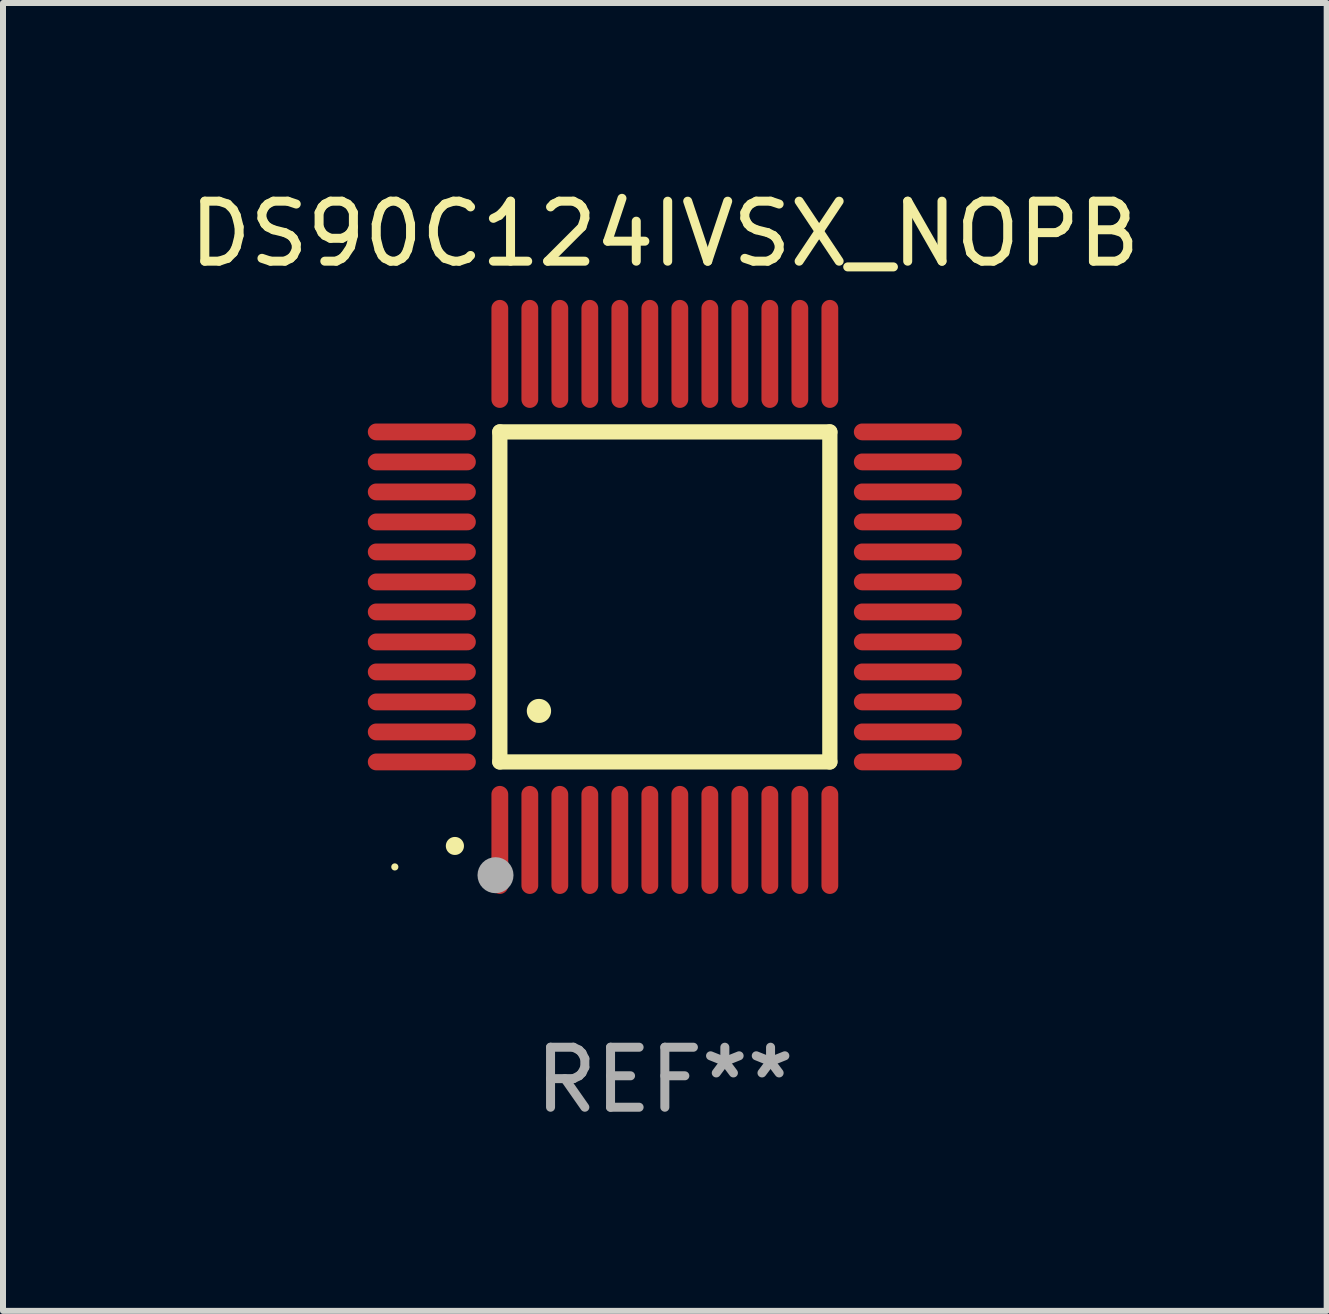
<source format=kicad_pcb>
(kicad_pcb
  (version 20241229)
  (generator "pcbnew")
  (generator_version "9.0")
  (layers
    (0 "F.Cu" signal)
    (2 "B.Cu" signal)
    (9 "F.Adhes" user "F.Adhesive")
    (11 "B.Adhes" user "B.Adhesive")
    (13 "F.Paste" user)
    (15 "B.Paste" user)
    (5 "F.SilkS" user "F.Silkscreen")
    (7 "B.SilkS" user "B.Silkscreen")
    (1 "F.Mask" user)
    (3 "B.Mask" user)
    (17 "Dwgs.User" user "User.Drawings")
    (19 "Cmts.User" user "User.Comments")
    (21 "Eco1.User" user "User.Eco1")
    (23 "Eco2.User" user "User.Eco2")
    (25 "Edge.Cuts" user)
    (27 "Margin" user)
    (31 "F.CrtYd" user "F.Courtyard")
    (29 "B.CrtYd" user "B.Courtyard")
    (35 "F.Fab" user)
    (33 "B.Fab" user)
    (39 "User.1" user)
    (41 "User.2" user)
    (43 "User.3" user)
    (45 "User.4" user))
  (footprint "DS90C124IVSX_NOPB"
    (layer "F.Cu")
    (at 8.03 6.898)
    (property "Reference" "DS90C124IVSX_NOPB" (at 0 -6.05 0) (layer "F.SilkS") (effects (font (size 1 1) (thickness 0.15))))
    (attr through_hole)
    (fp_line (start -2.75 -2.75) (end 2.75 -2.75) (stroke (width 0.254) (type solid)) (layer "F.SilkS"))
    (fp_line (start -2.75 2.75) (end -2.75 -2.75) (stroke (width 0.254) (type solid)) (layer "F.SilkS"))
    (fp_line (start 2.75 -2.75) (end 2.75 2.75) (stroke (width 0.254) (type solid)) (layer "F.SilkS"))
    (fp_line (start 2.75 2.75) (end -2.75 2.75) (stroke (width 0.254) (type solid)) (layer "F.SilkS"))
    (fp_arc (start -3.500127 4.150368) (mid -3.498857 4.150363) (end -3.497587 4.150368) (stroke (width 0.3) (type solid)) (layer "F.SilkS"))
    (fp_arc (start -2.100584 1.899924) (mid -2.098044 1.899908) (end -2.095504 1.899924) (stroke (width 0.4) (type solid)) (layer "F.SilkS"))
    (fp_circle (center -4.5 4.5) (end -4.47 4.5) (stroke (width 0.06) (type solid)) (fill no) (layer "F.SilkS"))
    (fp_circle (center -2.822 4.638) (end -2.672 4.638) (stroke (width 0.3) (type solid)) (fill no) (layer "F.Fab"))
    (fp_text user "REF**" (at 0 8.05 0) (layer "F.Fab") (effects (font (size 1 1) (thickness 0.15))))
    (pad "1" smd oval (at -2.75 4.05) (size 0.28 1.8) (layers "F.Cu" "F.Mask" "F.Paste"))
    (pad "2" smd oval (at -2.25 4.05) (size 0.28 1.8) (layers "F.Cu" "F.Mask" "F.Paste"))
    (pad "3" smd oval (at -1.75 4.05) (size 0.28 1.8) (layers "F.Cu" "F.Mask" "F.Paste"))
    (pad "4" smd oval (at -1.25 4.05) (size 0.28 1.8) (layers "F.Cu" "F.Mask" "F.Paste"))
    (pad "5" smd oval (at -0.75 4.05) (size 0.28 1.8) (layers "F.Cu" "F.Mask" "F.Paste"))
    (pad "6" smd oval (at -0.25 4.05) (size 0.28 1.8) (layers "F.Cu" "F.Mask" "F.Paste"))
    (pad "7" smd oval (at 0.25 4.05) (size 0.28 1.8) (layers "F.Cu" "F.Mask" "F.Paste"))
    (pad "8" smd oval (at 0.75 4.05) (size 0.28 1.8) (layers "F.Cu" "F.Mask" "F.Paste"))
    (pad "9" smd oval (at 1.25 4.05) (size 0.28 1.8) (layers "F.Cu" "F.Mask" "F.Paste"))
    (pad "10" smd oval (at 1.75 4.05) (size 0.28 1.8) (layers "F.Cu" "F.Mask" "F.Paste"))
    (pad "11" smd oval (at 2.25 4.05) (size 0.28 1.8) (layers "F.Cu" "F.Mask" "F.Paste"))
    (pad "12" smd oval (at 2.75 4.05) (size 0.28 1.8) (layers "F.Cu" "F.Mask" "F.Paste"))
    (pad "13" smd oval (at 4.05 2.75) (size 1.8 0.28) (layers "F.Cu" "F.Mask" "F.Paste"))
    (pad "14" smd oval (at 4.05 2.25) (size 1.8 0.28) (layers "F.Cu" "F.Mask" "F.Paste"))
    (pad "15" smd oval (at 4.05 1.75) (size 1.8 0.28) (layers "F.Cu" "F.Mask" "F.Paste"))
    (pad "16" smd oval (at 4.05 1.25) (size 1.8 0.28) (layers "F.Cu" "F.Mask" "F.Paste"))
    (pad "17" smd oval (at 4.05 0.75) (size 1.8 0.28) (layers "F.Cu" "F.Mask" "F.Paste"))
    (pad "18" smd oval (at 4.05 0.25) (size 1.8 0.28) (layers "F.Cu" "F.Mask" "F.Paste"))
    (pad "19" smd oval (at 4.05 -0.25) (size 1.8 0.28) (layers "F.Cu" "F.Mask" "F.Paste"))
    (pad "20" smd oval (at 4.05 -0.75) (size 1.8 0.28) (layers "F.Cu" "F.Mask" "F.Paste"))
    (pad "21" smd oval (at 4.05 -1.25) (size 1.8 0.28) (layers "F.Cu" "F.Mask" "F.Paste"))
    (pad "22" smd oval (at 4.05 -1.75) (size 1.8 0.28) (layers "F.Cu" "F.Mask" "F.Paste"))
    (pad "23" smd oval (at 4.05 -2.25) (size 1.8 0.28) (layers "F.Cu" "F.Mask" "F.Paste"))
    (pad "24" smd oval (at 4.05 -2.75) (size 1.8 0.28) (layers "F.Cu" "F.Mask" "F.Paste"))
    (pad "25" smd oval (at 2.75 -4.05) (size 0.28 1.8) (layers "F.Cu" "F.Mask" "F.Paste"))
    (pad "26" smd oval (at 2.25 -4.05) (size 0.28 1.8) (layers "F.Cu" "F.Mask" "F.Paste"))
    (pad "27" smd oval (at 1.75 -4.05) (size 0.28 1.8) (layers "F.Cu" "F.Mask" "F.Paste"))
    (pad "28" smd oval (at 1.25 -4.05) (size 0.28 1.8) (layers "F.Cu" "F.Mask" "F.Paste"))
    (pad "29" smd oval (at 0.75 -4.05) (size 0.28 1.8) (layers "F.Cu" "F.Mask" "F.Paste"))
    (pad "30" smd oval (at 0.25 -4.05) (size 0.28 1.8) (layers "F.Cu" "F.Mask" "F.Paste"))
    (pad "31" smd oval (at -0.25 -4.05) (size 0.28 1.8) (layers "F.Cu" "F.Mask" "F.Paste"))
    (pad "32" smd oval (at -0.75 -4.05) (size 0.28 1.8) (layers "F.Cu" "F.Mask" "F.Paste"))
    (pad "33" smd oval (at -1.25 -4.05) (size 0.28 1.8) (layers "F.Cu" "F.Mask" "F.Paste"))
    (pad "34" smd oval (at -1.75 -4.05) (size 0.28 1.8) (layers "F.Cu" "F.Mask" "F.Paste"))
    (pad "35" smd oval (at -2.25 -4.05) (size 0.28 1.8) (layers "F.Cu" "F.Mask" "F.Paste"))
    (pad "36" smd oval (at -2.75 -4.05) (size 0.28 1.8) (layers "F.Cu" "F.Mask" "F.Paste"))
    (pad "37" smd oval (at -4.05 -2.75) (size 1.8 0.28) (layers "F.Cu" "F.Mask" "F.Paste"))
    (pad "38" smd oval (at -4.05 -2.25) (size 1.8 0.28) (layers "F.Cu" "F.Mask" "F.Paste"))
    (pad "39" smd oval (at -4.05 -1.75) (size 1.8 0.28) (layers "F.Cu" "F.Mask" "F.Paste"))
    (pad "40" smd oval (at -4.05 -1.25) (size 1.8 0.28) (layers "F.Cu" "F.Mask" "F.Paste"))
    (pad "41" smd oval (at -4.05 -0.75) (size 1.8 0.28) (layers "F.Cu" "F.Mask" "F.Paste"))
    (pad "42" smd oval (at -4.05 -0.25) (size 1.8 0.28) (layers "F.Cu" "F.Mask" "F.Paste"))
    (pad "43" smd oval (at -4.05 0.25) (size 1.8 0.28) (layers "F.Cu" "F.Mask" "F.Paste"))
    (pad "44" smd oval (at -4.05 0.75) (size 1.8 0.28) (layers "F.Cu" "F.Mask" "F.Paste"))
    (pad "45" smd oval (at -4.05 1.25) (size 1.8 0.28) (layers "F.Cu" "F.Mask" "F.Paste"))
    (pad "46" smd oval (at -4.05 1.75) (size 1.8 0.28) (layers "F.Cu" "F.Mask" "F.Paste"))
    (pad "47" smd oval (at -4.05 2.25) (size 1.8 0.28) (layers "F.Cu" "F.Mask" "F.Paste"))
    (pad "48" smd oval (at -4.05 2.75) (size 1.8 0.28) (layers "F.Cu" "F.Mask" "F.Paste")))
  (gr_rect
    (start -3 -3)
    (end 19.06 18.797)
    (stroke (width 0.1) (type default))
    (fill no)
    (layer "Edge.Cuts")))
</source>
